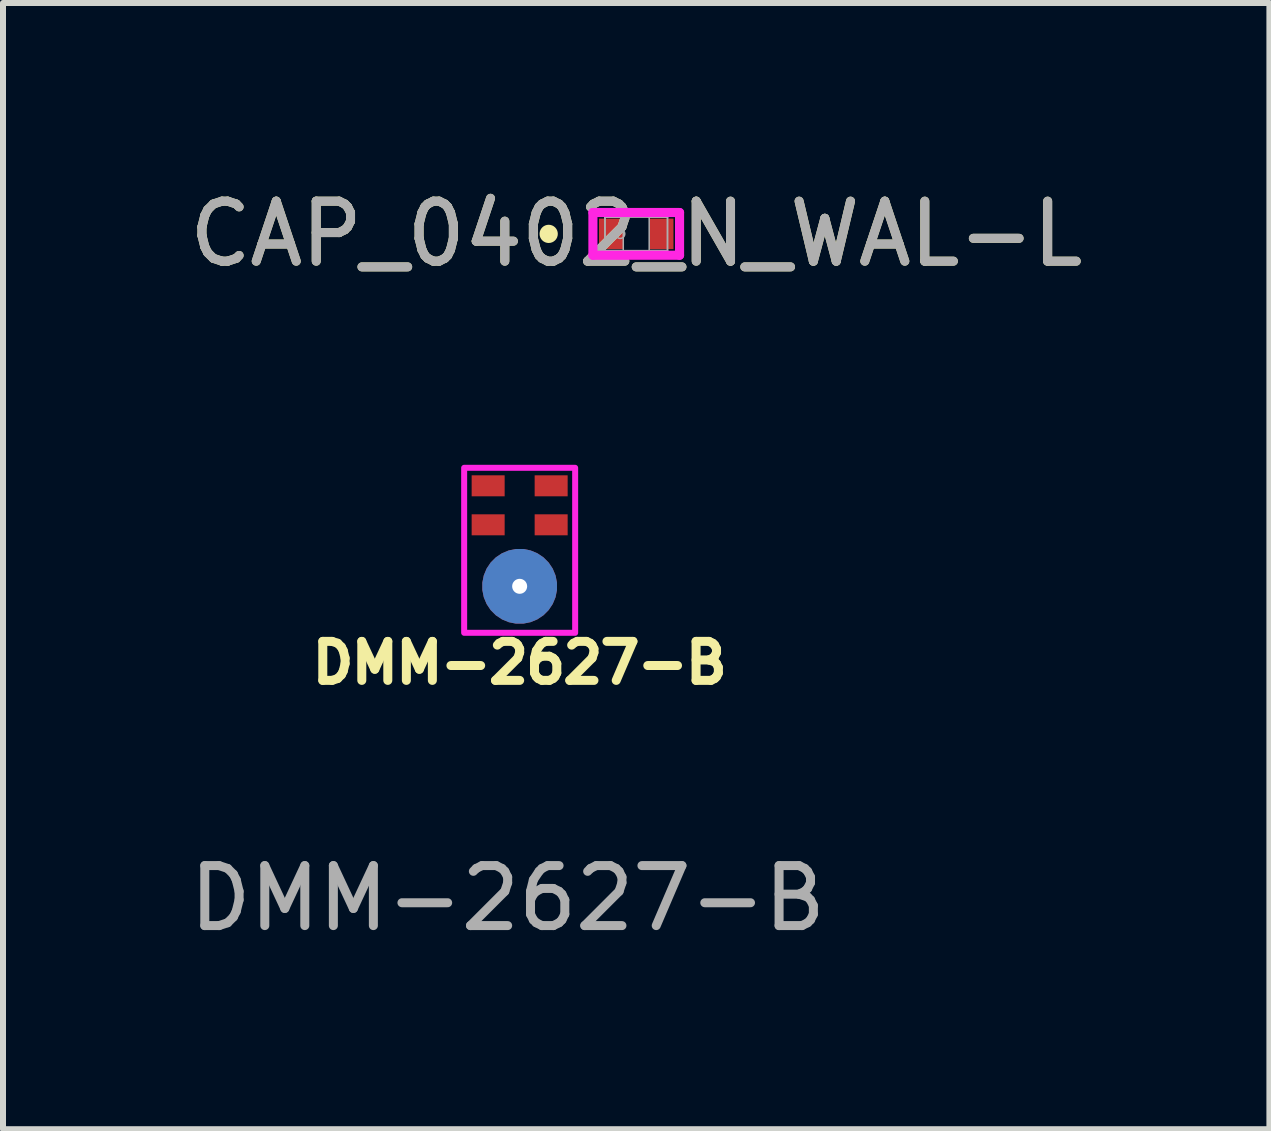
<source format=kicad_pcb>
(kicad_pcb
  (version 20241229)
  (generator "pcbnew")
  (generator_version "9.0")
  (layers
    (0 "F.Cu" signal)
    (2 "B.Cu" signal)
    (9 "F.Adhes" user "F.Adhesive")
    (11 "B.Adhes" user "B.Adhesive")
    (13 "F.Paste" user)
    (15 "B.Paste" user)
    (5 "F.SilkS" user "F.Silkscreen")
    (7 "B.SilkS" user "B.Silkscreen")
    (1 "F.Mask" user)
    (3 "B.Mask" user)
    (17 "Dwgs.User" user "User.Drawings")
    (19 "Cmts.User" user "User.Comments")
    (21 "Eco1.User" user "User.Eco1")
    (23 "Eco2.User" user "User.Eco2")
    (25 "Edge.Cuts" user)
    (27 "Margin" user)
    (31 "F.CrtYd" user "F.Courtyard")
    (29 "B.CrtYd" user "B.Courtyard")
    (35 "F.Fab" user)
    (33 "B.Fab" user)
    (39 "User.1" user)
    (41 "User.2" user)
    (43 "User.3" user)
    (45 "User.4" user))
  (footprint "DMM-2627-B"
    (layer "F.Cu")
    (at 4.686 7.497)
    (property "Reference" "DMM-2627-B" (at 0.925 0.5 0) (unlocked yes) (layer "F.SilkS") (effects (font (size 0.65 0.65) (thickness 0.15) (bold yes))))
    (attr smd)
    (fp_rect (start 0 -2.75) (end 1.85 0) (stroke (width 0.1) (type solid)) (fill no) (layer "F.CrtYd"))
    (fp_text user "${REFERENCE}" (at 0.725 4.425 0) (unlocked yes) (layer "F.Fab") (effects (font (size 1 1) (thickness 0.15))))
    (pad "1" smd rect (at 0.4 -2.45) (size 0.55 0.35) (layers "F.Cu" "F.Mask" "F.Paste"))
    (pad "2" smd rect (at 0.4 -1.8) (size 0.55 0.35) (layers "F.Cu" "F.Mask" "F.Paste"))
    (pad "3" thru_hole custom (at 0.925 -0.775) (size 1.25 1.25) (drill 0.25) (layers "*.Cu" "*.Mask") (options (anchor circle)) (primitives))
    (pad "4" smd rect (at 1.45 -1.8) (size 0.55 0.35) (layers "F.Cu" "F.Mask" "F.Paste"))
    (pad "5" smd rect (at 1.45 -2.45) (size 0.55 0.35) (layers "F.Cu" "F.Mask" "F.Paste")))
  (footprint "CAP_0402_N_WAL-L"
    (layer "F.Cu")
    (at 7.554 0.848)
    (property "Reference" "CAP_0402_N_WAL-L" (at 0 0 0) (unlocked yes) (layer "F.SilkS") (effects (font (size 1 1) (thickness 0.15))))
    (attr smd)
    (fp_circle (center -1.459 0) (end -1.383 0) (stroke (width 0.152) (type solid)) (fill no) (layer "F.SilkS"))
    (fp_line (start -0.722 -0.356) (end 0.722 -0.356) (stroke (width 0.152) (type solid)) (layer "F.CrtYd"))
    (fp_line (start -0.722 0.356) (end -0.722 -0.356) (stroke (width 0.152) (type solid)) (layer "F.CrtYd"))
    (fp_line (start 0.722 -0.356) (end 0.722 0.356) (stroke (width 0.152) (type solid)) (layer "F.CrtYd"))
    (fp_line (start 0.722 0.356) (end -0.722 0.356) (stroke (width 0.152) (type solid)) (layer "F.CrtYd"))
    (fp_line (start -0.521 -0.279) (end -0.521 0.279) (stroke (width 0.025) (type solid)) (layer "F.Fab"))
    (fp_line (start -0.521 -0.279) (end -0.521 0.279) (stroke (width 0.025) (type solid)) (layer "F.Fab"))
    (fp_line (start -0.521 0.279) (end -0.216 0.279) (stroke (width 0.025) (type solid)) (layer "F.Fab"))
    (fp_line (start -0.521 0.279) (end 0.521 0.279) (stroke (width 0.025) (type solid)) (layer "F.Fab"))
    (fp_line (start -0.216 -0.279) (end -0.521 -0.279) (stroke (width 0.025) (type solid)) (layer "F.Fab"))
    (fp_line (start -0.216 0.279) (end -0.216 -0.279) (stroke (width 0.025) (type solid)) (layer "F.Fab"))
    (fp_line (start 0.216 -0.279) (end 0.216 0.279) (stroke (width 0.025) (type solid)) (layer "F.Fab"))
    (fp_line (start 0.216 0.279) (end 0.521 0.279) (stroke (width 0.025) (type solid)) (layer "F.Fab"))
    (fp_line (start 0.521 -0.279) (end -0.521 -0.279) (stroke (width 0.025) (type solid)) (layer "F.Fab"))
    (fp_line (start 0.521 -0.279) (end 0.216 -0.279) (stroke (width 0.025) (type solid)) (layer "F.Fab"))
    (fp_line (start 0.521 0.279) (end 0.521 -0.279) (stroke (width 0.025) (type solid)) (layer "F.Fab"))
    (fp_line (start 0.521 0.279) (end 0.521 -0.279) (stroke (width 0.025) (type solid)) (layer "F.Fab"))
    (fp_circle (center -0.267 0) (end -0.191 0) (stroke (width 0.025) (type solid)) (fill no) (layer "F.Fab"))
    (fp_text user "${REFERENCE}" (at 0 0 0) (unlocked yes) (layer "F.Fab") (effects (font (size 1 1) (thickness 0.15))))
    (pad "1" smd rect (at -0.418 0) (size 0.405 0.509) (layers "F.Cu" "F.Mask" "F.Paste"))
    (pad "2" smd rect (at 0.418 0) (size 0.405 0.509) (layers "F.Cu" "F.Mask" "F.Paste"))
    (zone (net_name "") (layer "F.Cu") (hatch full 0.508) (connect_pads) (min_thickness 0.254) (filled_areas_thickness no) (keepout (tracks not_allowed) (vias not_allowed) (pads allowed) (copperpour not_allowed) (footprints allowed)) (placement (enabled no)) (fill) (polygon (pts (xy 7.388 0.62) (xy 7.719 0.62) (xy 7.719 1.077) (xy 7.388 1.077)))))
  (gr_rect
    (start -3 -3)
    (end 18.107 15.77)
    (stroke (width 0.1) (type default))
    (fill no)
    (layer "Edge.Cuts")))
</source>
